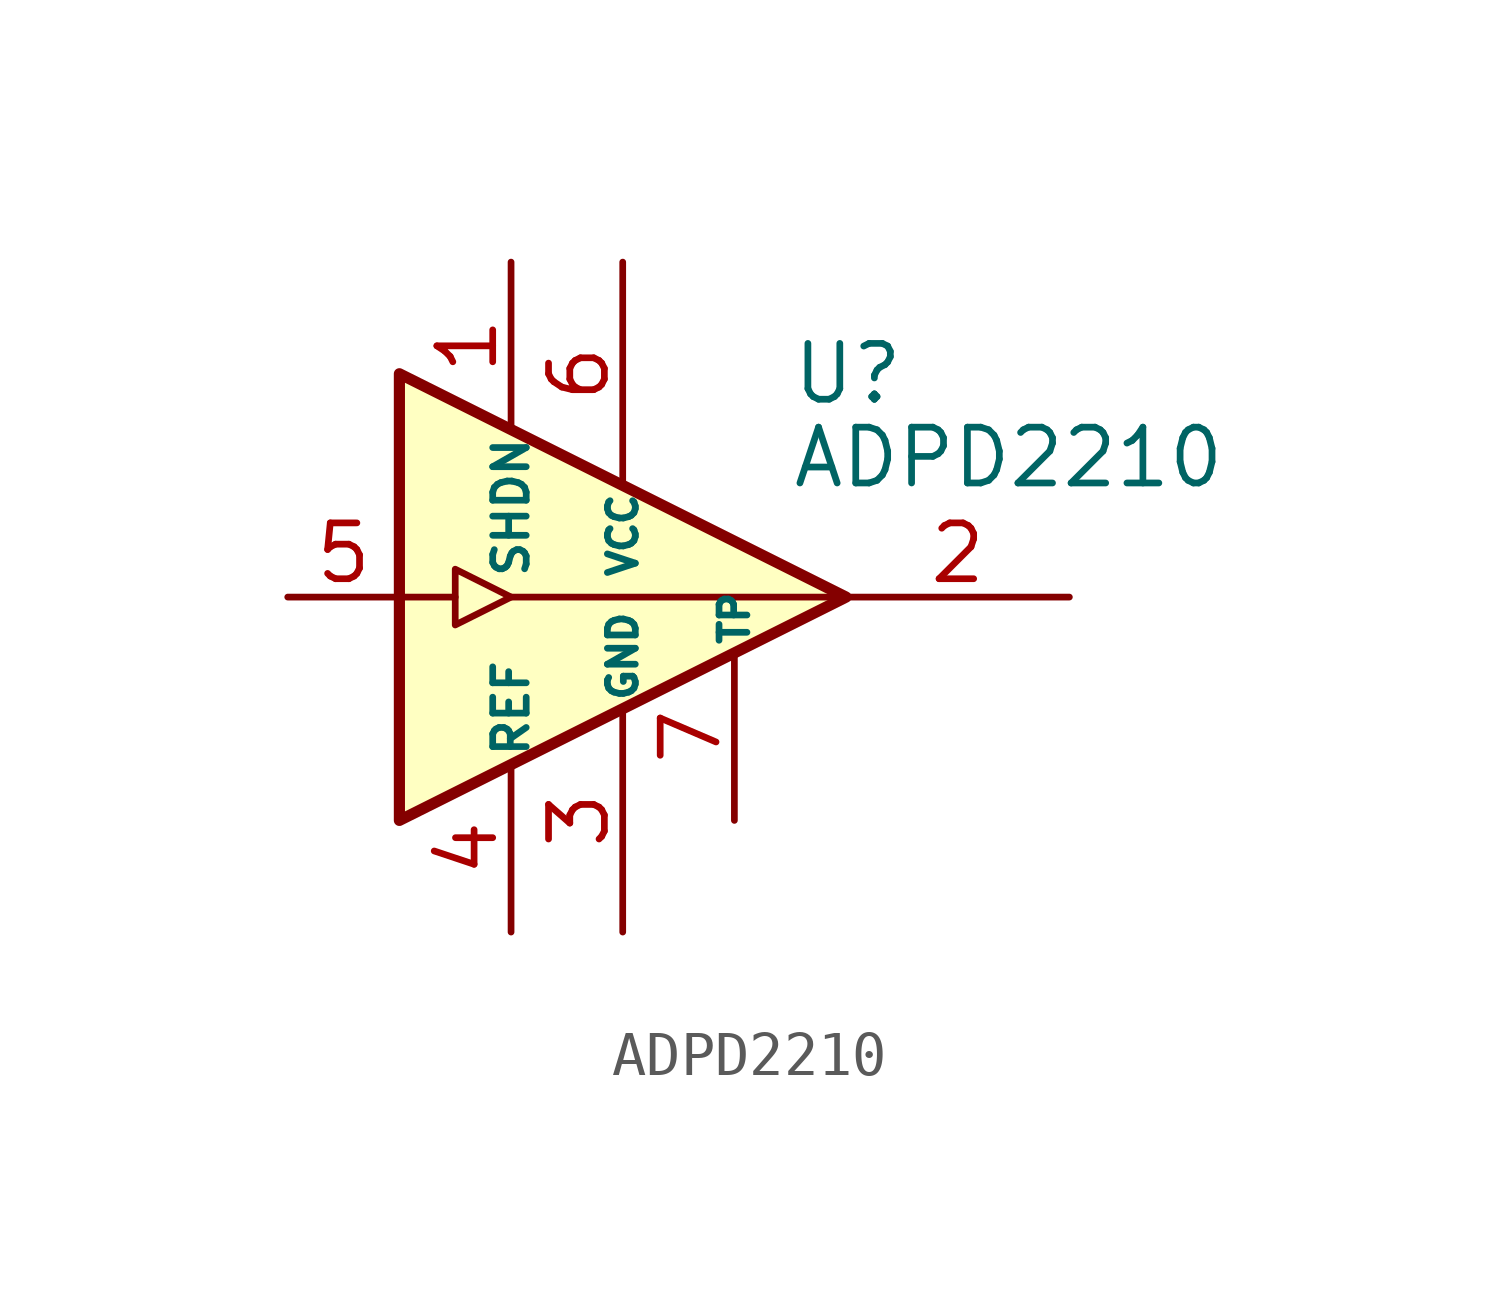
<source format=kicad_sym>
(kicad_symbol_lib
  (version 20220914)
  (generator kicad_symbol_editor)
  (symbol "ADPD2210"
    (pin_names
      (offset 0.127))
    (property "Reference" "U"
      (at 3.81 5.08 0)
      (effects (font (size 1.27 1.27)) (justify left)))
    (property "Value" "ADPD2210"
      (at 3.81 3.175 0)
      (effects (font (size 1.27 1.27)) (justify left)))
    (symbol "ADPD2210_0_1"
      (polyline (pts (xy -3.81 0) (xy -5.08 0)) (stroke (width 0) (type default)) (fill (type none)))
      (polyline (pts (xy -2.54 0) (xy 5.08 0)) (stroke (width 0) (type default)) (fill (type none)))
      (polyline (pts (xy -5.08 5.08) (xy 5.08 0) (xy -5.08 -5.08) (xy -5.08 5.08)) (stroke (width 0.254) (type default)) (fill (type background)))
      (polyline (pts (xy -3.81 -0.635) (xy -3.81 0.635) (xy -2.54 0) (xy -3.81 -0.635)) (stroke (width 0) (type default)) (fill (type none))))
    (symbol "ADPD2210_1_1"
      (pin power_in line (at -2.54 7.62 270) (length 3.81) (name "SHDN" (effects (font (size 0.762 0.762)))) (number "1" (effects (font (size 1.27 1.27)))))
      (pin output line (at 10.16 0 180) (length 5.08) (name "~" (effects (font (size 0.762 0.762)))) (number "2" (effects (font (size 1.27 1.27)))))
      (pin passive line (at 0 -7.62 90) (length 5.08) (name "GND" (effects (font (size 0.635 0.635)))) (number "3" (effects (font (size 1.27 1.27)))))
      (pin power_in line (at -2.54 -7.62 90) (length 3.81) (name "REF" (effects (font (size 0.762 0.762)))) (number "4" (effects (font (size 1.27 1.27)))))
      (pin input line (at -7.62 0 0) (length 2.54) (name "~" (effects (font (size 1.27 1.27)))) (number "5" (effects (font (size 1.27 1.27)))))
      (pin passive line (at 0 7.62 270) (length 5.08) (name "VCC" (effects (font (size 0.635 0.635)))) (number "6" (effects (font (size 1.27 1.27)))))
      (pin power_in line (at 2.54 -5.08 90) (length 3.81) (name "TP" (effects (font (size 0.635 0.635)))) (number "7" (effects (font (size 1.27 1.27))))))))
</source>
